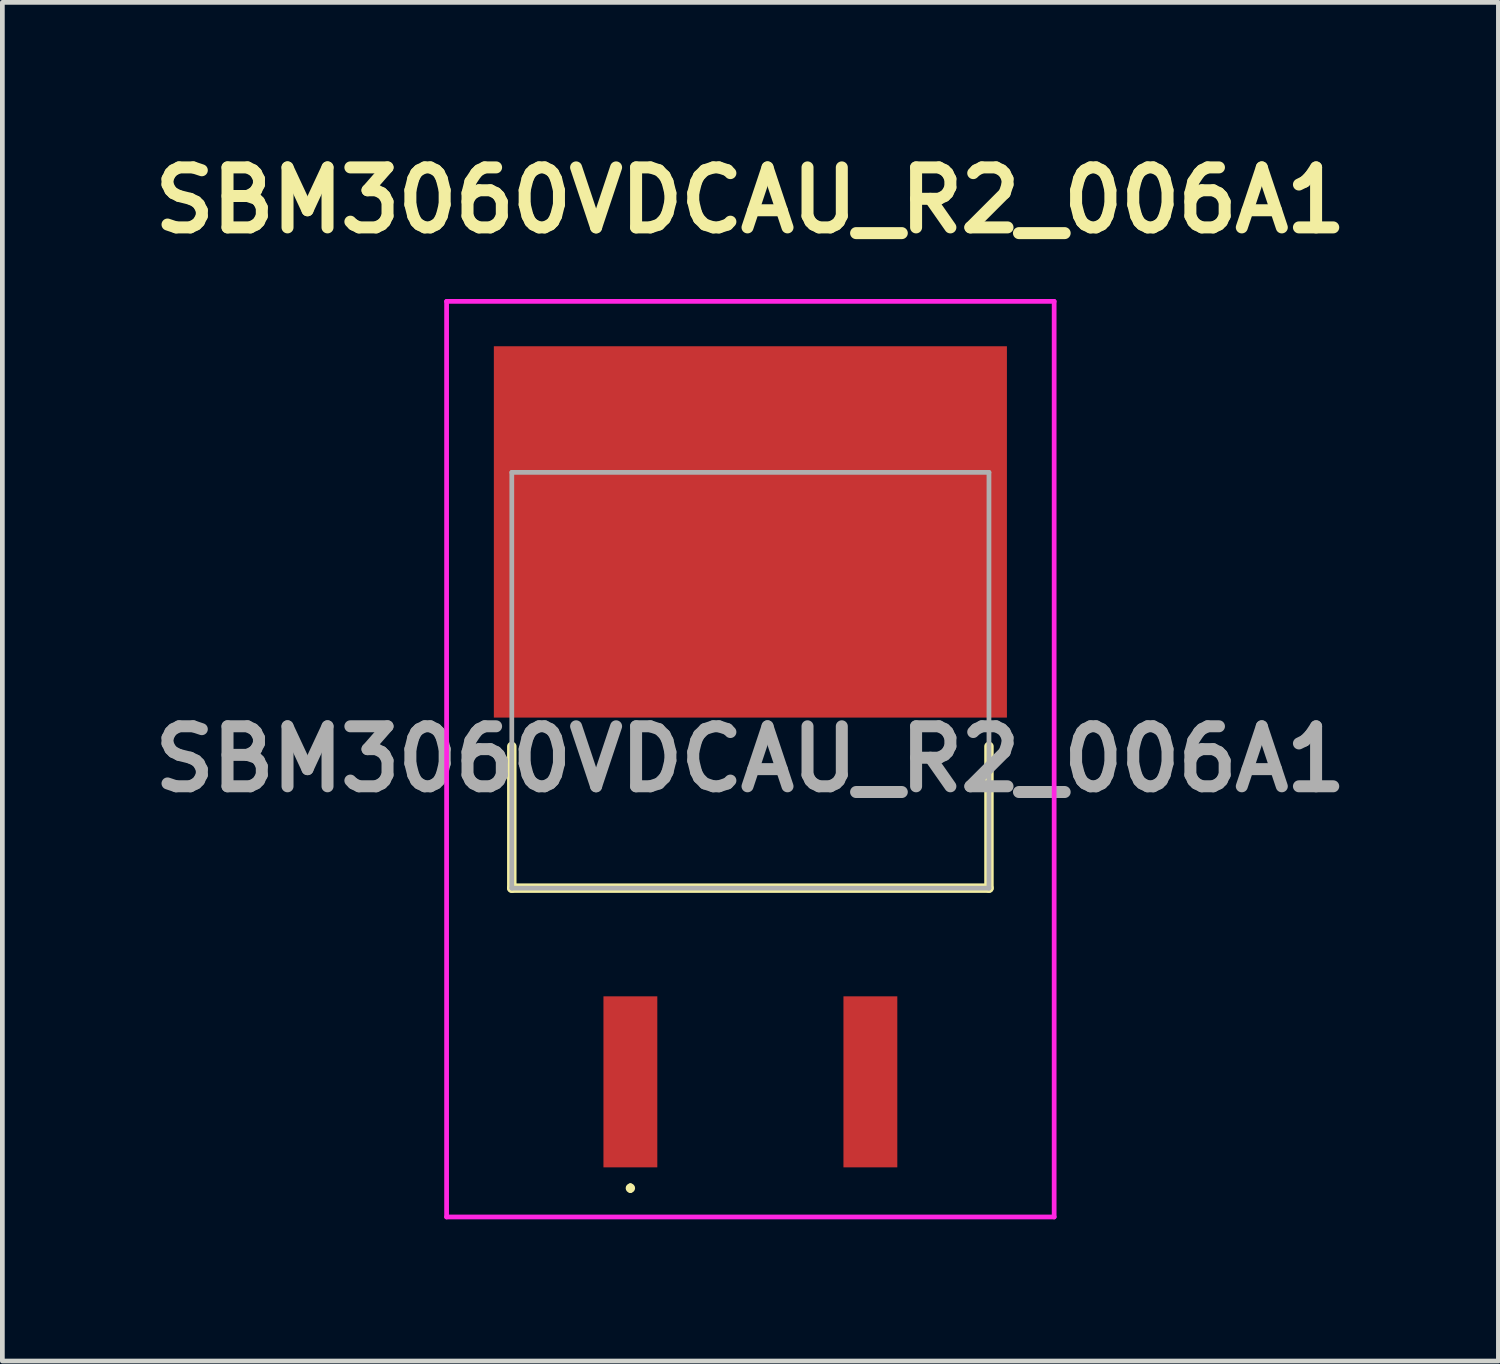
<source format=kicad_pcb>
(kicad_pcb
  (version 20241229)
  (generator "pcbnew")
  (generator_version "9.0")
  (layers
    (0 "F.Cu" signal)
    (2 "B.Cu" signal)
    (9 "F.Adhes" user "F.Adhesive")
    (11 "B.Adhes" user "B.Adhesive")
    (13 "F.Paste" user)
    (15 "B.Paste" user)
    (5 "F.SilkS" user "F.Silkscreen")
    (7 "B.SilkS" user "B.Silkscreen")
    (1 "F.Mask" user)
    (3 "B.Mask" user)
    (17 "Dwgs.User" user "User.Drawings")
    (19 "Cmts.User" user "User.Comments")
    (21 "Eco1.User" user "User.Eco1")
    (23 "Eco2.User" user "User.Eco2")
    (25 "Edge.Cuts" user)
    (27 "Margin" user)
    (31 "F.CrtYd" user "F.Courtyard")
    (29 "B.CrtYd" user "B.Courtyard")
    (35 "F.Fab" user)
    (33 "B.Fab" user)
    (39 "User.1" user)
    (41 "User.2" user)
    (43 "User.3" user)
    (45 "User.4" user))
  (footprint "SBM3060VDCAU_R2_006A1"
    (layer "F.Cu")
    (at 12.833 11.349)
    (property "Reference" "SBM3060VDCAU_R2_006A1" (at 0 -10.16 0) (layer "F.SilkS") (effects (font (size 1.27 1.27) (thickness 0.254))))
    (attr smd)
    (fp_line (start -5.05 1.4) (end -5.05 4.4) (stroke (width 0.2) (type solid)) (layer "F.SilkS"))
    (fp_line (start -5.05 4.4) (end 5.05 4.4) (stroke (width 0.2) (type solid)) (layer "F.SilkS"))
    (fp_line (start -2.54 10.7) (end -2.54 10.7) (stroke (width 0.1) (type solid)) (layer "F.SilkS"))
    (fp_line (start -2.54 10.8) (end -2.54 10.8) (stroke (width 0.1) (type solid)) (layer "F.SilkS"))
    (fp_line (start 5.05 4.4) (end 5.05 1.4) (stroke (width 0.2) (type solid)) (layer "F.SilkS"))
    (fp_arc (start -2.54 10.7) (mid -2.49 10.75) (end -2.54 10.8) (stroke (width 0.1) (type solid)) (layer "F.SilkS"))
    (fp_arc (start -2.54 10.8) (mid -2.59 10.75) (end -2.54 10.7) (stroke (width 0.1) (type solid)) (layer "F.SilkS"))
    (fp_line (start -6.43 -8.02) (end 6.43 -8.02) (stroke (width 0.1) (type solid)) (layer "F.CrtYd"))
    (fp_line (start -6.43 11.36) (end -6.43 -8.02) (stroke (width 0.1) (type solid)) (layer "F.CrtYd"))
    (fp_line (start 6.43 -8.02) (end 6.43 11.36) (stroke (width 0.1) (type solid)) (layer "F.CrtYd"))
    (fp_line (start 6.43 11.36) (end -6.43 11.36) (stroke (width 0.1) (type solid)) (layer "F.CrtYd"))
    (fp_line (start -5.05 -4.4) (end -5.05 4.4) (stroke (width 0.1) (type solid)) (layer "F.Fab"))
    (fp_line (start -5.05 4.4) (end 5.05 4.4) (stroke (width 0.1) (type solid)) (layer "F.Fab"))
    (fp_line (start 5.05 -4.4) (end -5.05 -4.4) (stroke (width 0.1) (type solid)) (layer "F.Fab"))
    (fp_line (start 5.05 4.4) (end 5.05 -4.4) (stroke (width 0.1) (type solid)) (layer "F.Fab"))
    (fp_text user "${REFERENCE}" (at 0 1.67 0) (layer "F.Fab") (effects (font (size 1.27 1.27) (thickness 0.254))))
    (pad "1" smd rect (at -2.54 8.5) (size 1.14 3.62) (layers "F.Cu" "F.Mask" "F.Paste"))
    (pad "2" smd rect (at 0 -3.14 90) (size 7.86 10.86) (layers "F.Cu" "F.Mask" "F.Paste"))
    (pad "3" smd rect (at 2.54 8.5) (size 1.14 3.62) (layers "F.Cu" "F.Mask" "F.Paste")))
  (gr_rect
    (start -3 -3)
    (end 28.666 25.759)
    (stroke (width 0.1) (type default))
    (fill no)
    (layer "Edge.Cuts")))
</source>
